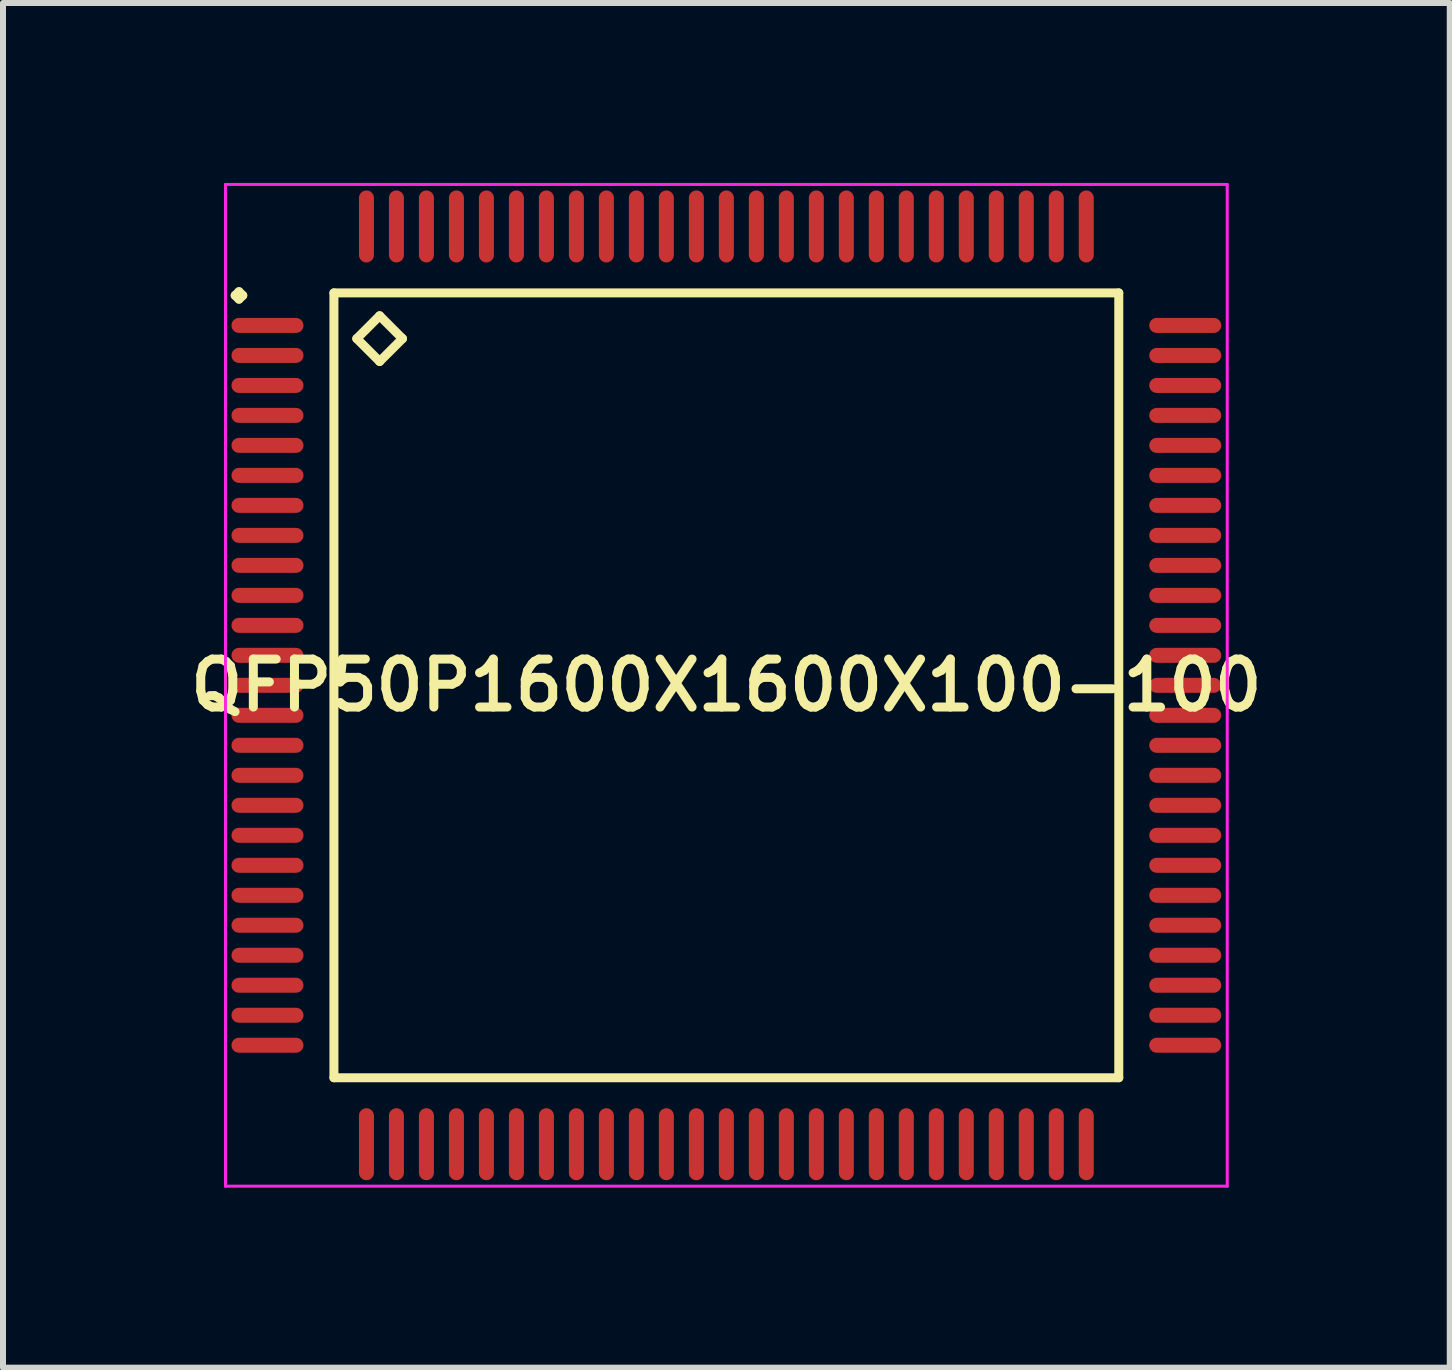
<source format=kicad_pcb>
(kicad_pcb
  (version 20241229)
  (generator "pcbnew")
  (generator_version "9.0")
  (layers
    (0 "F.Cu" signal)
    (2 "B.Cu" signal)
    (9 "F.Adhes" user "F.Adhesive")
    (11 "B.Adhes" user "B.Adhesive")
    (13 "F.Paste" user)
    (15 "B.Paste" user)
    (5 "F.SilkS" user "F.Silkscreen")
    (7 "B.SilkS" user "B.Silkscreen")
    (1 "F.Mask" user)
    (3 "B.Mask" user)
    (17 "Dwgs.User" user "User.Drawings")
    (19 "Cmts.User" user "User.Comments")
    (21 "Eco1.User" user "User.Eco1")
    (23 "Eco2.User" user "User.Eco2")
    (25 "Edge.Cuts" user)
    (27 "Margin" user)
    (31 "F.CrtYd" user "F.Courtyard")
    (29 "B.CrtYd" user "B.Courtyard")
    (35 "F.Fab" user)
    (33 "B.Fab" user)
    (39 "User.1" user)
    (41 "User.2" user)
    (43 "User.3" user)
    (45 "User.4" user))
  (footprint "QFP50P1600X1600X100-100"
    (layer "F.Cu")
    (at 9.059 8.375)
    (property "Reference" "QFP50P1600X1600X100-100" (at 0 0 0) (layer "F.SilkS") (effects (font (size 0.8 0.8) (thickness 0.15))))
    (attr smd)
    (fp_line (start -8.188 -6.5) (end -8.125 -6.562) (stroke (width 0.15) (type solid)) (layer "F.SilkS"))
    (fp_line (start -8.125 -6.562) (end -8.062 -6.5) (stroke (width 0.15) (type solid)) (layer "F.SilkS"))
    (fp_line (start -8.125 -6.438) (end -8.188 -6.5) (stroke (width 0.15) (type solid)) (layer "F.SilkS"))
    (fp_line (start -8.062 -6.5) (end -8.125 -6.438) (stroke (width 0.15) (type solid)) (layer "F.SilkS"))
    (fp_line (start -6.542 -6.542) (end -6.542 6.542) (stroke (width 0.15) (type solid)) (layer "F.SilkS"))
    (fp_line (start -6.542 6.542) (end 6.542 6.542) (stroke (width 0.15) (type solid)) (layer "F.SilkS"))
    (fp_line (start -6.161 -5.78) (end -5.78 -6.161) (stroke (width 0.15) (type solid)) (layer "F.SilkS"))
    (fp_line (start -5.78 -6.161) (end -5.399 -5.78) (stroke (width 0.15) (type solid)) (layer "F.SilkS"))
    (fp_line (start -5.78 -5.399) (end -6.161 -5.78) (stroke (width 0.15) (type solid)) (layer "F.SilkS"))
    (fp_line (start -5.399 -5.78) (end -5.78 -5.399) (stroke (width 0.15) (type solid)) (layer "F.SilkS"))
    (fp_line (start 6.542 -6.542) (end -6.542 -6.542) (stroke (width 0.15) (type solid)) (layer "F.SilkS"))
    (fp_line (start 6.542 6.542) (end 6.542 -6.542) (stroke (width 0.15) (type solid)) (layer "F.SilkS"))
    (fp_line (start -8.35 -8.35) (end 8.35 -8.35) (stroke (width 0.05) (type solid)) (layer "F.CrtYd"))
    (fp_line (start -8.35 8.35) (end -8.35 -8.35) (stroke (width 0.05) (type solid)) (layer "F.CrtYd"))
    (fp_line (start 8.35 -8.35) (end 8.35 8.35) (stroke (width 0.05) (type solid)) (layer "F.CrtYd"))
    (fp_line (start 8.35 8.35) (end -8.35 8.35) (stroke (width 0.05) (type solid)) (layer "F.CrtYd"))
    (pad "1" smd oval (at -7.65 -6) (size 1.2 0.25) (layers "F.Cu" "F.Mask" "F.Paste"))
    (pad "2" smd oval (at -7.65 -5.5) (size 1.2 0.25) (layers "F.Cu" "F.Mask" "F.Paste"))
    (pad "3" smd oval (at -7.65 -5) (size 1.2 0.25) (layers "F.Cu" "F.Mask" "F.Paste"))
    (pad "4" smd oval (at -7.65 -4.5) (size 1.2 0.25) (layers "F.Cu" "F.Mask" "F.Paste"))
    (pad "5" smd oval (at -7.65 -4) (size 1.2 0.25) (layers "F.Cu" "F.Mask" "F.Paste"))
    (pad "6" smd oval (at -7.65 -3.5) (size 1.2 0.25) (layers "F.Cu" "F.Mask" "F.Paste"))
    (pad "7" smd oval (at -7.65 -3) (size 1.2 0.25) (layers "F.Cu" "F.Mask" "F.Paste"))
    (pad "8" smd oval (at -7.65 -2.5) (size 1.2 0.25) (layers "F.Cu" "F.Mask" "F.Paste"))
    (pad "9" smd oval (at -7.65 -2) (size 1.2 0.25) (layers "F.Cu" "F.Mask" "F.Paste"))
    (pad "10" smd oval (at -7.65 -1.5) (size 1.2 0.25) (layers "F.Cu" "F.Mask" "F.Paste"))
    (pad "11" smd oval (at -7.65 -1) (size 1.2 0.25) (layers "F.Cu" "F.Mask" "F.Paste"))
    (pad "12" smd oval (at -7.65 -0.5) (size 1.2 0.25) (layers "F.Cu" "F.Mask" "F.Paste"))
    (pad "13" smd oval (at -7.65 0) (size 1.2 0.25) (layers "F.Cu" "F.Mask" "F.Paste"))
    (pad "14" smd oval (at -7.65 0.5) (size 1.2 0.25) (layers "F.Cu" "F.Mask" "F.Paste"))
    (pad "15" smd oval (at -7.65 1) (size 1.2 0.25) (layers "F.Cu" "F.Mask" "F.Paste"))
    (pad "16" smd oval (at -7.65 1.5) (size 1.2 0.25) (layers "F.Cu" "F.Mask" "F.Paste"))
    (pad "17" smd oval (at -7.65 2) (size 1.2 0.25) (layers "F.Cu" "F.Mask" "F.Paste"))
    (pad "18" smd oval (at -7.65 2.5) (size 1.2 0.25) (layers "F.Cu" "F.Mask" "F.Paste"))
    (pad "19" smd oval (at -7.65 3) (size 1.2 0.25) (layers "F.Cu" "F.Mask" "F.Paste"))
    (pad "20" smd oval (at -7.65 3.5) (size 1.2 0.25) (layers "F.Cu" "F.Mask" "F.Paste"))
    (pad "21" smd oval (at -7.65 4) (size 1.2 0.25) (layers "F.Cu" "F.Mask" "F.Paste"))
    (pad "22" smd oval (at -7.65 4.5) (size 1.2 0.25) (layers "F.Cu" "F.Mask" "F.Paste"))
    (pad "23" smd oval (at -7.65 5) (size 1.2 0.25) (layers "F.Cu" "F.Mask" "F.Paste"))
    (pad "24" smd oval (at -7.65 5.5) (size 1.2 0.25) (layers "F.Cu" "F.Mask" "F.Paste"))
    (pad "25" smd oval (at -7.65 6) (size 1.2 0.25) (layers "F.Cu" "F.Mask" "F.Paste"))
    (pad "26" smd oval (at -6 7.65) (size 0.25 1.2) (layers "F.Cu" "F.Mask" "F.Paste"))
    (pad "27" smd oval (at -5.5 7.65) (size 0.25 1.2) (layers "F.Cu" "F.Mask" "F.Paste"))
    (pad "28" smd oval (at -5 7.65) (size 0.25 1.2) (layers "F.Cu" "F.Mask" "F.Paste"))
    (pad "29" smd oval (at -4.5 7.65) (size 0.25 1.2) (layers "F.Cu" "F.Mask" "F.Paste"))
    (pad "30" smd oval (at -4 7.65) (size 0.25 1.2) (layers "F.Cu" "F.Mask" "F.Paste"))
    (pad "31" smd oval (at -3.5 7.65) (size 0.25 1.2) (layers "F.Cu" "F.Mask" "F.Paste"))
    (pad "32" smd oval (at -3 7.65) (size 0.25 1.2) (layers "F.Cu" "F.Mask" "F.Paste"))
    (pad "33" smd oval (at -2.5 7.65) (size 0.25 1.2) (layers "F.Cu" "F.Mask" "F.Paste"))
    (pad "34" smd oval (at -2 7.65) (size 0.25 1.2) (layers "F.Cu" "F.Mask" "F.Paste"))
    (pad "35" smd oval (at -1.5 7.65) (size 0.25 1.2) (layers "F.Cu" "F.Mask" "F.Paste"))
    (pad "36" smd oval (at -1 7.65) (size 0.25 1.2) (layers "F.Cu" "F.Mask" "F.Paste"))
    (pad "37" smd oval (at -0.5 7.65) (size 0.25 1.2) (layers "F.Cu" "F.Mask" "F.Paste"))
    (pad "38" smd oval (at 0 7.65) (size 0.25 1.2) (layers "F.Cu" "F.Mask" "F.Paste"))
    (pad "39" smd oval (at 0.5 7.65) (size 0.25 1.2) (layers "F.Cu" "F.Mask" "F.Paste"))
    (pad "40" smd oval (at 1 7.65) (size 0.25 1.2) (layers "F.Cu" "F.Mask" "F.Paste"))
    (pad "41" smd oval (at 1.5 7.65) (size 0.25 1.2) (layers "F.Cu" "F.Mask" "F.Paste"))
    (pad "42" smd oval (at 2 7.65) (size 0.25 1.2) (layers "F.Cu" "F.Mask" "F.Paste"))
    (pad "43" smd oval (at 2.5 7.65) (size 0.25 1.2) (layers "F.Cu" "F.Mask" "F.Paste"))
    (pad "44" smd oval (at 3 7.65) (size 0.25 1.2) (layers "F.Cu" "F.Mask" "F.Paste"))
    (pad "45" smd oval (at 3.5 7.65) (size 0.25 1.2) (layers "F.Cu" "F.Mask" "F.Paste"))
    (pad "46" smd oval (at 4 7.65) (size 0.25 1.2) (layers "F.Cu" "F.Mask" "F.Paste"))
    (pad "47" smd oval (at 4.5 7.65) (size 0.25 1.2) (layers "F.Cu" "F.Mask" "F.Paste"))
    (pad "48" smd oval (at 5 7.65) (size 0.25 1.2) (layers "F.Cu" "F.Mask" "F.Paste"))
    (pad "49" smd oval (at 5.5 7.65) (size 0.25 1.2) (layers "F.Cu" "F.Mask" "F.Paste"))
    (pad "50" smd oval (at 6 7.65) (size 0.25 1.2) (layers "F.Cu" "F.Mask" "F.Paste"))
    (pad "51" smd oval (at 7.65 6) (size 1.2 0.25) (layers "F.Cu" "F.Mask" "F.Paste"))
    (pad "52" smd oval (at 7.65 5.5) (size 1.2 0.25) (layers "F.Cu" "F.Mask" "F.Paste"))
    (pad "53" smd oval (at 7.65 5) (size 1.2 0.25) (layers "F.Cu" "F.Mask" "F.Paste"))
    (pad "54" smd oval (at 7.65 4.5) (size 1.2 0.25) (layers "F.Cu" "F.Mask" "F.Paste"))
    (pad "55" smd oval (at 7.65 4) (size 1.2 0.25) (layers "F.Cu" "F.Mask" "F.Paste"))
    (pad "56" smd oval (at 7.65 3.5) (size 1.2 0.25) (layers "F.Cu" "F.Mask" "F.Paste"))
    (pad "57" smd oval (at 7.65 3) (size 1.2 0.25) (layers "F.Cu" "F.Mask" "F.Paste"))
    (pad "58" smd oval (at 7.65 2.5) (size 1.2 0.25) (layers "F.Cu" "F.Mask" "F.Paste"))
    (pad "59" smd oval (at 7.65 2) (size 1.2 0.25) (layers "F.Cu" "F.Mask" "F.Paste"))
    (pad "60" smd oval (at 7.65 1.5) (size 1.2 0.25) (layers "F.Cu" "F.Mask" "F.Paste"))
    (pad "61" smd oval (at 7.65 1) (size 1.2 0.25) (layers "F.Cu" "F.Mask" "F.Paste"))
    (pad "62" smd oval (at 7.65 0.5) (size 1.2 0.25) (layers "F.Cu" "F.Mask" "F.Paste"))
    (pad "63" smd oval (at 7.65 0) (size 1.2 0.25) (layers "F.Cu" "F.Mask" "F.Paste"))
    (pad "64" smd oval (at 7.65 -0.5) (size 1.2 0.25) (layers "F.Cu" "F.Mask" "F.Paste"))
    (pad "65" smd oval (at 7.65 -1) (size 1.2 0.25) (layers "F.Cu" "F.Mask" "F.Paste"))
    (pad "66" smd oval (at 7.65 -1.5) (size 1.2 0.25) (layers "F.Cu" "F.Mask" "F.Paste"))
    (pad "67" smd oval (at 7.65 -2) (size 1.2 0.25) (layers "F.Cu" "F.Mask" "F.Paste"))
    (pad "68" smd oval (at 7.65 -2.5) (size 1.2 0.25) (layers "F.Cu" "F.Mask" "F.Paste"))
    (pad "69" smd oval (at 7.65 -3) (size 1.2 0.25) (layers "F.Cu" "F.Mask" "F.Paste"))
    (pad "70" smd oval (at 7.65 -3.5) (size 1.2 0.25) (layers "F.Cu" "F.Mask" "F.Paste"))
    (pad "71" smd oval (at 7.65 -4) (size 1.2 0.25) (layers "F.Cu" "F.Mask" "F.Paste"))
    (pad "72" smd oval (at 7.65 -4.5) (size 1.2 0.25) (layers "F.Cu" "F.Mask" "F.Paste"))
    (pad "73" smd oval (at 7.65 -5) (size 1.2 0.25) (layers "F.Cu" "F.Mask" "F.Paste"))
    (pad "74" smd oval (at 7.65 -5.5) (size 1.2 0.25) (layers "F.Cu" "F.Mask" "F.Paste"))
    (pad "75" smd oval (at 7.65 -6) (size 1.2 0.25) (layers "F.Cu" "F.Mask" "F.Paste"))
    (pad "76" smd oval (at 6 -7.65) (size 0.25 1.2) (layers "F.Cu" "F.Mask" "F.Paste"))
    (pad "77" smd oval (at 5.5 -7.65) (size 0.25 1.2) (layers "F.Cu" "F.Mask" "F.Paste"))
    (pad "78" smd oval (at 5 -7.65) (size 0.25 1.2) (layers "F.Cu" "F.Mask" "F.Paste"))
    (pad "79" smd oval (at 4.5 -7.65) (size 0.25 1.2) (layers "F.Cu" "F.Mask" "F.Paste"))
    (pad "80" smd oval (at 4 -7.65) (size 0.25 1.2) (layers "F.Cu" "F.Mask" "F.Paste"))
    (pad "81" smd oval (at 3.5 -7.65) (size 0.25 1.2) (layers "F.Cu" "F.Mask" "F.Paste"))
    (pad "82" smd oval (at 3 -7.65) (size 0.25 1.2) (layers "F.Cu" "F.Mask" "F.Paste"))
    (pad "83" smd oval (at 2.5 -7.65) (size 0.25 1.2) (layers "F.Cu" "F.Mask" "F.Paste"))
    (pad "84" smd oval (at 2 -7.65) (size 0.25 1.2) (layers "F.Cu" "F.Mask" "F.Paste"))
    (pad "85" smd oval (at 1.5 -7.65) (size 0.25 1.2) (layers "F.Cu" "F.Mask" "F.Paste"))
    (pad "86" smd oval (at 1 -7.65) (size 0.25 1.2) (layers "F.Cu" "F.Mask" "F.Paste"))
    (pad "87" smd oval (at 0.5 -7.65) (size 0.25 1.2) (layers "F.Cu" "F.Mask" "F.Paste"))
    (pad "88" smd oval (at 0 -7.65) (size 0.25 1.2) (layers "F.Cu" "F.Mask" "F.Paste"))
    (pad "89" smd oval (at -0.5 -7.65) (size 0.25 1.2) (layers "F.Cu" "F.Mask" "F.Paste"))
    (pad "90" smd oval (at -1 -7.65) (size 0.25 1.2) (layers "F.Cu" "F.Mask" "F.Paste"))
    (pad "91" smd oval (at -1.5 -7.65) (size 0.25 1.2) (layers "F.Cu" "F.Mask" "F.Paste"))
    (pad "92" smd oval (at -2 -7.65) (size 0.25 1.2) (layers "F.Cu" "F.Mask" "F.Paste"))
    (pad "93" smd oval (at -2.5 -7.65) (size 0.25 1.2) (layers "F.Cu" "F.Mask" "F.Paste"))
    (pad "94" smd oval (at -3 -7.65) (size 0.25 1.2) (layers "F.Cu" "F.Mask" "F.Paste"))
    (pad "95" smd oval (at -3.5 -7.65) (size 0.25 1.2) (layers "F.Cu" "F.Mask" "F.Paste"))
    (pad "96" smd oval (at -4 -7.65) (size 0.25 1.2) (layers "F.Cu" "F.Mask" "F.Paste"))
    (pad "97" smd oval (at -4.5 -7.65) (size 0.25 1.2) (layers "F.Cu" "F.Mask" "F.Paste"))
    (pad "98" smd oval (at -5 -7.65) (size 0.25 1.2) (layers "F.Cu" "F.Mask" "F.Paste"))
    (pad "99" smd oval (at -5.5 -7.65) (size 0.25 1.2) (layers "F.Cu" "F.Mask" "F.Paste"))
    (pad "100" smd oval (at -6 -7.65) (size 0.25 1.2) (layers "F.Cu" "F.Mask" "F.Paste")))
  (gr_rect
    (start -3 -3)
    (end 21.119 19.75)
    (stroke (width 0.1) (type default))
    (fill no)
    (layer "Edge.Cuts")))
</source>
